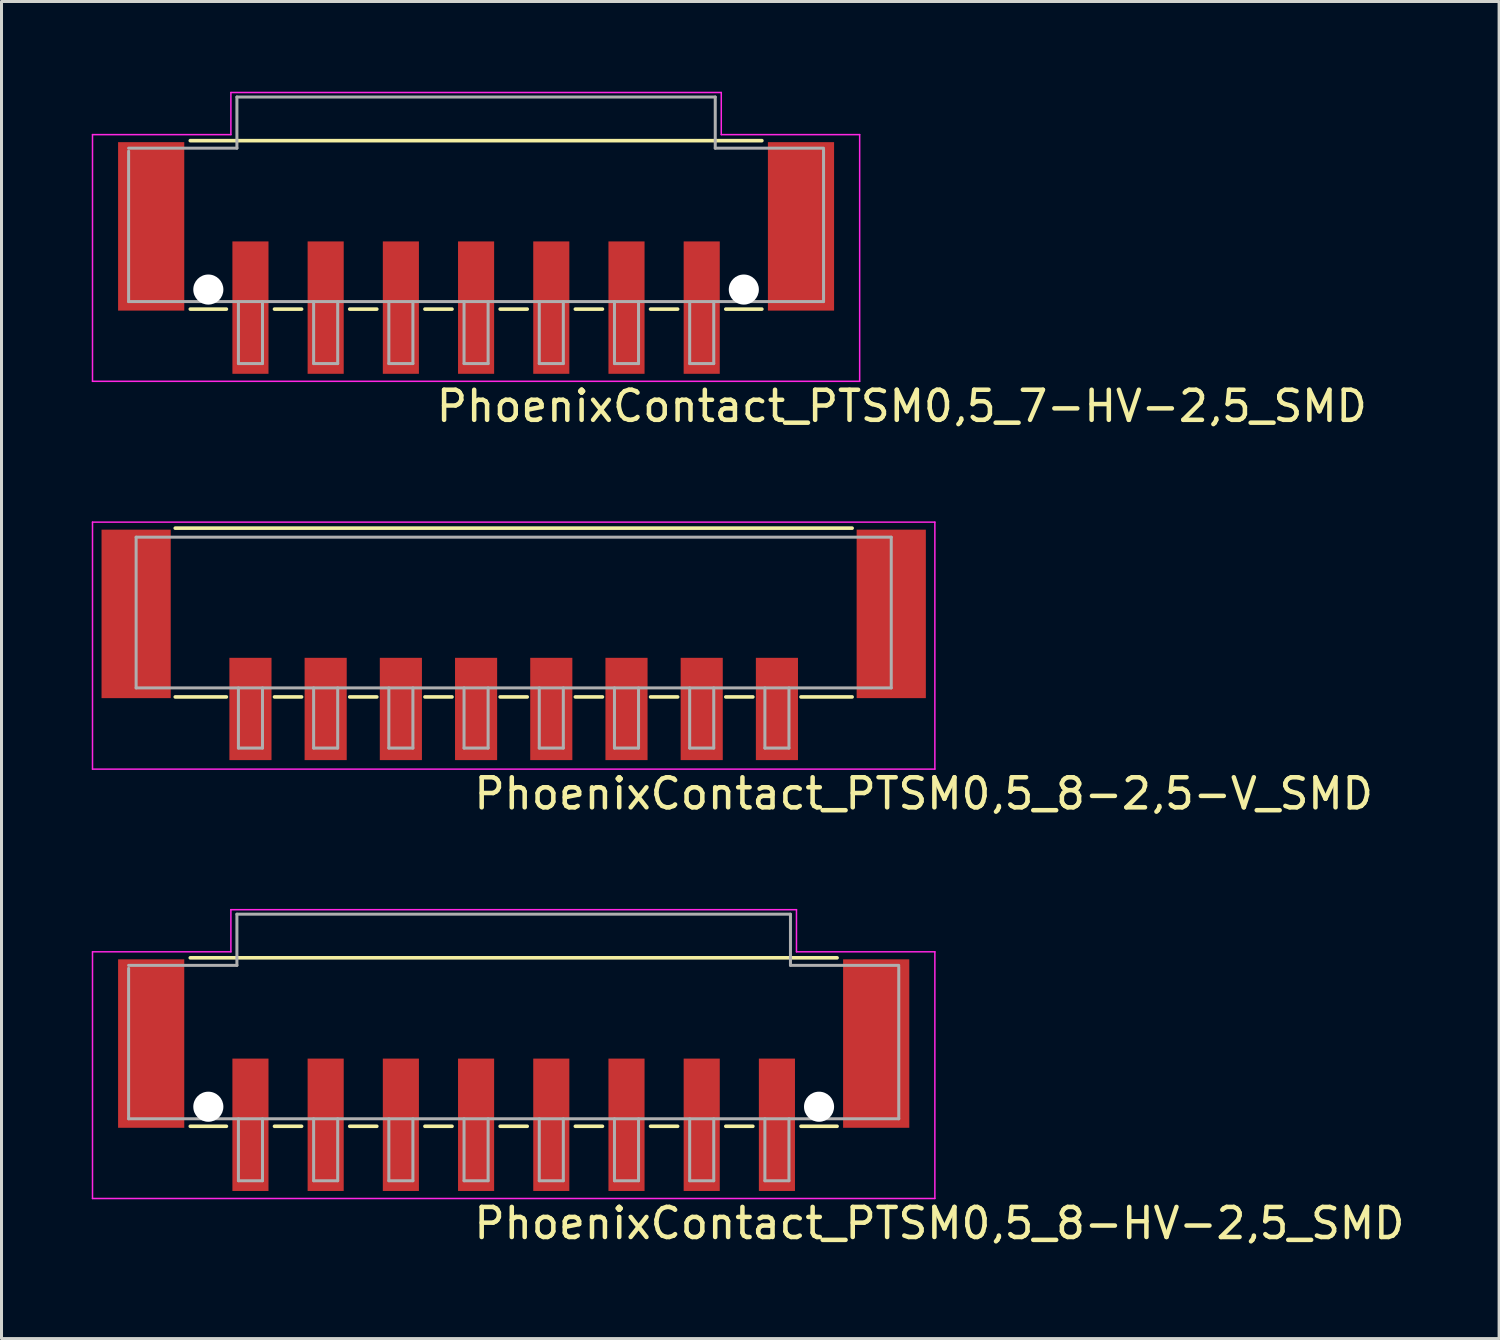
<source format=kicad_pcb>
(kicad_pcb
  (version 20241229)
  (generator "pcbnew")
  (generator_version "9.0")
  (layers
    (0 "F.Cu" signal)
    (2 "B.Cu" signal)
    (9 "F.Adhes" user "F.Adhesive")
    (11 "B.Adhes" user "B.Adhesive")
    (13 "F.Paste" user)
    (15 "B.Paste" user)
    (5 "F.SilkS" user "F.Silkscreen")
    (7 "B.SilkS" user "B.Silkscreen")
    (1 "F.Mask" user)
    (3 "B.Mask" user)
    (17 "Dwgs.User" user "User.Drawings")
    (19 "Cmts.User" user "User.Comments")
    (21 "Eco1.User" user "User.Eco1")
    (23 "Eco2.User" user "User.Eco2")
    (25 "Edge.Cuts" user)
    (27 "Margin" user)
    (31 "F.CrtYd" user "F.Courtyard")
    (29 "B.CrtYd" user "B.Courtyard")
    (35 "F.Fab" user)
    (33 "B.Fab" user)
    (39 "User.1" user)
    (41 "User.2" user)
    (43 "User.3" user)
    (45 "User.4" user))
  (footprint "PhoenixContact_PTSM0,5_8-2,5-V_SMD"
    (layer "F.Cu")
    (at 14.025 18.936)
    (property "Reference" "PhoenixContact_PTSM0,5_8-2,5-V_SMD" (at -1.4 4.98 0) (layer "F.SilkS") (effects (font (size 1 1) (thickness 0.15)) (justify left bottom)))
    (attr smd)
    (fp_line (start -11.25 -4.43) (end 11.25 -4.43) (stroke (width 0.12) (type solid)) (layer "F.SilkS"))
    (fp_line (start -9.55 1.18) (end -11.25 1.18) (stroke (width 0.12) (type solid)) (layer "F.SilkS"))
    (fp_line (start -7.05 1.18) (end -7.95 1.18) (stroke (width 0.12) (type solid)) (layer "F.SilkS"))
    (fp_line (start -4.55 1.18) (end -5.45 1.18) (stroke (width 0.12) (type solid)) (layer "F.SilkS"))
    (fp_line (start -2.05 1.18) (end -2.95 1.18) (stroke (width 0.12) (type solid)) (layer "F.SilkS"))
    (fp_line (start 0.45 1.18) (end -0.45 1.18) (stroke (width 0.12) (type solid)) (layer "F.SilkS"))
    (fp_line (start 2.95 1.18) (end 2.05 1.18) (stroke (width 0.12) (type solid)) (layer "F.SilkS"))
    (fp_line (start 5.45 1.18) (end 4.55 1.18) (stroke (width 0.12) (type solid)) (layer "F.SilkS"))
    (fp_line (start 7.95 1.18) (end 7.05 1.18) (stroke (width 0.12) (type solid)) (layer "F.SilkS"))
    (fp_line (start 11.25 1.18) (end 9.55 1.18) (stroke (width 0.12) (type solid)) (layer "F.SilkS"))
    (fp_line (start -14 -4.63) (end 14 -4.63) (stroke (width 0.05) (type solid)) (layer "F.CrtYd"))
    (fp_line (start -14 3.58) (end -14 -4.63) (stroke (width 0.05) (type solid)) (layer "F.CrtYd"))
    (fp_line (start 14 -4.63) (end 14 3.58) (stroke (width 0.05) (type solid)) (layer "F.CrtYd"))
    (fp_line (start 14 3.58) (end -14 3.58) (stroke (width 0.05) (type solid)) (layer "F.CrtYd"))
    (fp_line (start -12.55 -4.13) (end 12.55 -4.13) (stroke (width 0.1) (type solid)) (layer "F.Fab"))
    (fp_line (start -12.55 0.88) (end -12.55 -4.13) (stroke (width 0.1) (type solid)) (layer "F.Fab"))
    (fp_line (start -9.15 0.88) (end -9.15 2.88) (stroke (width 0.1) (type solid)) (layer "F.Fab"))
    (fp_line (start -9.15 2.88) (end -8.35 2.88) (stroke (width 0.1) (type solid)) (layer "F.Fab"))
    (fp_line (start -8.35 0.88) (end -8.35 2.88) (stroke (width 0.1) (type solid)) (layer "F.Fab"))
    (fp_line (start -6.65 0.88) (end -6.65 2.88) (stroke (width 0.1) (type solid)) (layer "F.Fab"))
    (fp_line (start -6.65 2.88) (end -5.85 2.88) (stroke (width 0.1) (type solid)) (layer "F.Fab"))
    (fp_line (start -5.85 0.88) (end -5.85 2.88) (stroke (width 0.1) (type solid)) (layer "F.Fab"))
    (fp_line (start -4.15 0.88) (end -4.15 2.88) (stroke (width 0.1) (type solid)) (layer "F.Fab"))
    (fp_line (start -4.15 2.88) (end -3.35 2.88) (stroke (width 0.1) (type solid)) (layer "F.Fab"))
    (fp_line (start -3.35 0.88) (end -3.35 2.88) (stroke (width 0.1) (type solid)) (layer "F.Fab"))
    (fp_line (start -1.65 0.88) (end -1.65 2.88) (stroke (width 0.1) (type solid)) (layer "F.Fab"))
    (fp_line (start -1.65 2.88) (end -0.85 2.88) (stroke (width 0.1) (type solid)) (layer "F.Fab"))
    (fp_line (start -0.85 0.88) (end -0.85 2.88) (stroke (width 0.1) (type solid)) (layer "F.Fab"))
    (fp_line (start 0.85 0.88) (end 0.85 2.88) (stroke (width 0.1) (type solid)) (layer "F.Fab"))
    (fp_line (start 0.85 2.88) (end 1.65 2.88) (stroke (width 0.1) (type solid)) (layer "F.Fab"))
    (fp_line (start 1.65 0.88) (end 1.65 2.88) (stroke (width 0.1) (type solid)) (layer "F.Fab"))
    (fp_line (start 3.35 0.88) (end 3.35 2.88) (stroke (width 0.1) (type solid)) (layer "F.Fab"))
    (fp_line (start 3.35 2.88) (end 4.15 2.88) (stroke (width 0.1) (type solid)) (layer "F.Fab"))
    (fp_line (start 4.15 0.88) (end 4.15 2.88) (stroke (width 0.1) (type solid)) (layer "F.Fab"))
    (fp_line (start 5.85 0.88) (end 5.85 2.88) (stroke (width 0.1) (type solid)) (layer "F.Fab"))
    (fp_line (start 5.85 2.88) (end 6.65 2.88) (stroke (width 0.1) (type solid)) (layer "F.Fab"))
    (fp_line (start 6.65 0.88) (end 6.65 2.88) (stroke (width 0.1) (type solid)) (layer "F.Fab"))
    (fp_line (start 8.35 0.88) (end 8.35 2.88) (stroke (width 0.1) (type solid)) (layer "F.Fab"))
    (fp_line (start 8.35 2.88) (end 9.15 2.88) (stroke (width 0.1) (type solid)) (layer "F.Fab"))
    (fp_line (start 9.15 0.88) (end 9.15 2.88) (stroke (width 0.1) (type solid)) (layer "F.Fab"))
    (fp_line (start 12.55 0.88) (end -12.55 0.88) (stroke (width 0.1) (type solid)) (layer "F.Fab"))
    (fp_line (start 12.55 0.88) (end 12.55 -4.13) (stroke (width 0.1) (type solid)) (layer "F.Fab"))
    (pad "" smd rect (at -12.55 -1.58 180) (size 2.3 5.6) (layers "F.Cu" "F.Mask" "F.Paste"))
    (pad "" smd rect (at 12.55 -1.58 180) (size 2.3 5.6) (layers "F.Cu" "F.Mask" "F.Paste"))
    (pad "1" smd rect (at -8.75 1.58 180) (size 1.4 3.4) (layers "F.Cu" "F.Mask" "F.Paste"))
    (pad "2" smd rect (at -6.25 1.58 180) (size 1.4 3.4) (layers "F.Cu" "F.Mask" "F.Paste"))
    (pad "3" smd rect (at -3.75 1.58 180) (size 1.4 3.4) (layers "F.Cu" "F.Mask" "F.Paste"))
    (pad "4" smd rect (at -1.25 1.58 180) (size 1.4 3.4) (layers "F.Cu" "F.Mask" "F.Paste"))
    (pad "5" smd rect (at 1.25 1.58 180) (size 1.4 3.4) (layers "F.Cu" "F.Mask" "F.Paste"))
    (pad "6" smd rect (at 3.75 1.58 180) (size 1.4 3.4) (layers "F.Cu" "F.Mask" "F.Paste"))
    (pad "7" smd rect (at 6.25 1.58 180) (size 1.4 3.4) (layers "F.Cu" "F.Mask" "F.Paste"))
    (pad "8" smd rect (at 8.75 1.58 180) (size 1.4 3.4) (layers "F.Cu" "F.Mask" "F.Paste")))
  (footprint "PhoenixContact_PTSM0,5_7-HV-2,5_SMD"
    (layer "F.Cu")
    (at 12.775 5.825)
    (property "Reference" "PhoenixContact_PTSM0,5_7-HV-2,5_SMD" (at -1.4 5.21 0) (layer "F.SilkS") (effects (font (size 1 1) (thickness 0.15)) (justify left bottom)))
    (attr smd)
    (fp_line (start -9.5 -4.2) (end 9.5 -4.2) (stroke (width 0.12) (type solid)) (layer "F.SilkS"))
    (fp_line (start -8.3 1.4) (end -9.5 1.4) (stroke (width 0.12) (type solid)) (layer "F.SilkS"))
    (fp_line (start -5.8 1.4) (end -6.7 1.4) (stroke (width 0.12) (type solid)) (layer "F.SilkS"))
    (fp_line (start -3.3 1.4) (end -4.2 1.4) (stroke (width 0.12) (type solid)) (layer "F.SilkS"))
    (fp_line (start -0.8 1.4) (end -1.7 1.4) (stroke (width 0.12) (type solid)) (layer "F.SilkS"))
    (fp_line (start 1.7 1.4) (end 0.8 1.4) (stroke (width 0.12) (type solid)) (layer "F.SilkS"))
    (fp_line (start 4.2 1.4) (end 3.3 1.4) (stroke (width 0.12) (type solid)) (layer "F.SilkS"))
    (fp_line (start 6.7 1.4) (end 5.8 1.4) (stroke (width 0.12) (type solid)) (layer "F.SilkS"))
    (fp_line (start 9.5 1.4) (end 8.3 1.4) (stroke (width 0.12) (type solid)) (layer "F.SilkS"))
    (fp_line (start -12.75 -4.4) (end -8.15 -4.4) (stroke (width 0.05) (type solid)) (layer "F.CrtYd"))
    (fp_line (start -12.75 3.8) (end -12.75 -4.4) (stroke (width 0.05) (type solid)) (layer "F.CrtYd"))
    (fp_line (start -8.15 -5.8) (end 8.15 -5.8) (stroke (width 0.05) (type solid)) (layer "F.CrtYd"))
    (fp_line (start -8.15 -4.4) (end -8.15 -5.8) (stroke (width 0.05) (type solid)) (layer "F.CrtYd"))
    (fp_line (start 8.15 -4.4) (end 8.15 -5.8) (stroke (width 0.05) (type solid)) (layer "F.CrtYd"))
    (fp_line (start 12.75 -4.4) (end 8.15 -4.4) (stroke (width 0.05) (type solid)) (layer "F.CrtYd"))
    (fp_line (start 12.75 -4.4) (end 12.75 3.8) (stroke (width 0.05) (type solid)) (layer "F.CrtYd"))
    (fp_line (start 12.75 3.8) (end -12.75 3.8) (stroke (width 0.05) (type solid)) (layer "F.CrtYd"))
    (fp_line (start -11.55 -3.95) (end -7.95 -3.95) (stroke (width 0.1) (type solid)) (layer "F.Fab"))
    (fp_line (start -11.55 1.15) (end -11.55 -3.85) (stroke (width 0.1) (type solid)) (layer "F.Fab"))
    (fp_line (start -7.95 -5.65) (end 7.95 -5.65) (stroke (width 0.1) (type solid)) (layer "F.Fab"))
    (fp_line (start -7.95 -3.95) (end -7.95 -5.65) (stroke (width 0.1) (type solid)) (layer "F.Fab"))
    (fp_line (start -7.9 1.15) (end -7.9 3.21) (stroke (width 0.1) (type solid)) (layer "F.Fab"))
    (fp_line (start -7.9 3.21) (end -7.1 3.21) (stroke (width 0.1) (type solid)) (layer "F.Fab"))
    (fp_line (start -7.1 1.15) (end -7.1 3.21) (stroke (width 0.1) (type solid)) (layer "F.Fab"))
    (fp_line (start -5.4 1.15) (end -5.4 3.21) (stroke (width 0.1) (type solid)) (layer "F.Fab"))
    (fp_line (start -5.4 3.21) (end -4.6 3.21) (stroke (width 0.1) (type solid)) (layer "F.Fab"))
    (fp_line (start -4.6 1.15) (end -4.6 3.21) (stroke (width 0.1) (type solid)) (layer "F.Fab"))
    (fp_line (start -2.9 1.15) (end -2.9 3.21) (stroke (width 0.1) (type solid)) (layer "F.Fab"))
    (fp_line (start -2.9 3.21) (end -2.1 3.21) (stroke (width 0.1) (type solid)) (layer "F.Fab"))
    (fp_line (start -2.1 1.15) (end -2.1 3.21) (stroke (width 0.1) (type solid)) (layer "F.Fab"))
    (fp_line (start -0.4 1.15) (end -0.4 3.21) (stroke (width 0.1) (type solid)) (layer "F.Fab"))
    (fp_line (start -0.4 3.21) (end 0.4 3.21) (stroke (width 0.1) (type solid)) (layer "F.Fab"))
    (fp_line (start 0.4 1.15) (end 0.4 3.21) (stroke (width 0.1) (type solid)) (layer "F.Fab"))
    (fp_line (start 2.1 1.15) (end 2.1 3.21) (stroke (width 0.1) (type solid)) (layer "F.Fab"))
    (fp_line (start 2.1 3.21) (end 2.9 3.21) (stroke (width 0.1) (type solid)) (layer "F.Fab"))
    (fp_line (start 2.9 1.15) (end 2.9 3.21) (stroke (width 0.1) (type solid)) (layer "F.Fab"))
    (fp_line (start 4.6 1.15) (end 4.6 3.21) (stroke (width 0.1) (type solid)) (layer "F.Fab"))
    (fp_line (start 4.6 3.21) (end 5.4 3.21) (stroke (width 0.1) (type solid)) (layer "F.Fab"))
    (fp_line (start 5.4 1.15) (end 5.4 3.21) (stroke (width 0.1) (type solid)) (layer "F.Fab"))
    (fp_line (start 7.1 1.15) (end 7.1 3.21) (stroke (width 0.1) (type solid)) (layer "F.Fab"))
    (fp_line (start 7.1 3.21) (end 7.9 3.21) (stroke (width 0.1) (type solid)) (layer "F.Fab"))
    (fp_line (start 7.9 1.15) (end 7.9 3.21) (stroke (width 0.1) (type solid)) (layer "F.Fab"))
    (fp_line (start 7.95 -5.65) (end 7.95 -3.95) (stroke (width 0.1) (type solid)) (layer "F.Fab"))
    (fp_line (start 7.95 -3.95) (end 11.55 -3.95) (stroke (width 0.1) (type solid)) (layer "F.Fab"))
    (fp_line (start 11.55 1.15) (end -11.55 1.15) (stroke (width 0.1) (type solid)) (layer "F.Fab"))
    (fp_line (start 11.55 1.15) (end 11.55 -3.9) (stroke (width 0.1) (type solid)) (layer "F.Fab"))
    (pad "" smd rect (at -10.8 -1.35 180) (size 2.2 5.6) (layers "F.Cu" "F.Mask" "F.Paste"))
    (pad "" np_thru_hole circle (at -8.9 0.75) (size 1 1) (drill 1) (layers "*.Cu" "*.Mask"))
    (pad "" np_thru_hole circle (at 8.9 0.75) (size 1 1) (drill 1) (layers "*.Cu" "*.Mask"))
    (pad "" smd rect (at 10.8 -1.35 180) (size 2.2 5.6) (layers "F.Cu" "F.Mask" "F.Paste"))
    (pad "1" smd rect (at -7.5 1.35 180) (size 1.2 4.4) (layers "F.Cu" "F.Mask" "F.Paste"))
    (pad "2" smd rect (at -5 1.35 180) (size 1.2 4.4) (layers "F.Cu" "F.Mask" "F.Paste"))
    (pad "3" smd rect (at -2.5 1.35 180) (size 1.2 4.4) (layers "F.Cu" "F.Mask" "F.Paste"))
    (pad "4" smd rect (at 0 1.35 180) (size 1.2 4.4) (layers "F.Cu" "F.Mask" "F.Paste"))
    (pad "5" smd rect (at 2.5 1.35 180) (size 1.2 4.4) (layers "F.Cu" "F.Mask" "F.Paste"))
    (pad "6" smd rect (at 5 1.35 180) (size 1.2 4.4) (layers "F.Cu" "F.Mask" "F.Paste"))
    (pad "7" smd rect (at 7.5 1.35 180) (size 1.2 4.4) (layers "F.Cu" "F.Mask" "F.Paste")))
  (footprint "PhoenixContact_PTSM0,5_8-HV-2,5_SMD"
    (layer "F.Cu")
    (at 14.025 32.988)
    (property "Reference" "PhoenixContact_PTSM0,5_8-HV-2,5_SMD" (at -1.4 5.21 0) (layer "F.SilkS") (effects (font (size 1 1) (thickness 0.15)) (justify left bottom)))
    (attr smd)
    (fp_line (start -10.75 -4.2) (end 10.75 -4.2) (stroke (width 0.12) (type solid)) (layer "F.SilkS"))
    (fp_line (start -9.55 1.4) (end -10.75 1.4) (stroke (width 0.12) (type solid)) (layer "F.SilkS"))
    (fp_line (start -7.05 1.4) (end -7.95 1.4) (stroke (width 0.12) (type solid)) (layer "F.SilkS"))
    (fp_line (start -4.55 1.4) (end -5.45 1.4) (stroke (width 0.12) (type solid)) (layer "F.SilkS"))
    (fp_line (start -2.05 1.4) (end -2.95 1.4) (stroke (width 0.12) (type solid)) (layer "F.SilkS"))
    (fp_line (start 0.45 1.4) (end -0.45 1.4) (stroke (width 0.12) (type solid)) (layer "F.SilkS"))
    (fp_line (start 2.95 1.4) (end 2.05 1.4) (stroke (width 0.12) (type solid)) (layer "F.SilkS"))
    (fp_line (start 5.45 1.4) (end 4.55 1.4) (stroke (width 0.12) (type solid)) (layer "F.SilkS"))
    (fp_line (start 7.95 1.4) (end 7.05 1.4) (stroke (width 0.12) (type solid)) (layer "F.SilkS"))
    (fp_line (start 10.75 1.4) (end 9.55 1.4) (stroke (width 0.12) (type solid)) (layer "F.SilkS"))
    (fp_line (start -14 -4.4) (end -9.4 -4.4) (stroke (width 0.05) (type solid)) (layer "F.CrtYd"))
    (fp_line (start -14 3.8) (end -14 -4.4) (stroke (width 0.05) (type solid)) (layer "F.CrtYd"))
    (fp_line (start -9.4 -5.8) (end 9.4 -5.8) (stroke (width 0.05) (type solid)) (layer "F.CrtYd"))
    (fp_line (start -9.4 -4.4) (end -9.4 -5.8) (stroke (width 0.05) (type solid)) (layer "F.CrtYd"))
    (fp_line (start 9.4 -4.4) (end 9.4 -5.8) (stroke (width 0.05) (type solid)) (layer "F.CrtYd"))
    (fp_line (start 14 -4.4) (end 9.4 -4.4) (stroke (width 0.05) (type solid)) (layer "F.CrtYd"))
    (fp_line (start 14 -4.4) (end 14 3.8) (stroke (width 0.05) (type solid)) (layer "F.CrtYd"))
    (fp_line (start 14 3.8) (end -14 3.8) (stroke (width 0.05) (type solid)) (layer "F.CrtYd"))
    (fp_line (start -12.8 -3.95) (end -9.2 -3.95) (stroke (width 0.1) (type solid)) (layer "F.Fab"))
    (fp_line (start -12.8 1.15) (end -12.8 -3.85) (stroke (width 0.1) (type solid)) (layer "F.Fab"))
    (fp_line (start -9.2 -5.65) (end 9.2 -5.65) (stroke (width 0.1) (type solid)) (layer "F.Fab"))
    (fp_line (start -9.2 -3.95) (end -9.2 -5.65) (stroke (width 0.1) (type solid)) (layer "F.Fab"))
    (fp_line (start -9.15 1.15) (end -9.15 3.21) (stroke (width 0.1) (type solid)) (layer "F.Fab"))
    (fp_line (start -9.15 3.21) (end -8.35 3.21) (stroke (width 0.1) (type solid)) (layer "F.Fab"))
    (fp_line (start -8.35 1.15) (end -8.35 3.21) (stroke (width 0.1) (type solid)) (layer "F.Fab"))
    (fp_line (start -6.65 1.15) (end -6.65 3.21) (stroke (width 0.1) (type solid)) (layer "F.Fab"))
    (fp_line (start -6.65 3.21) (end -5.85 3.21) (stroke (width 0.1) (type solid)) (layer "F.Fab"))
    (fp_line (start -5.85 1.15) (end -5.85 3.21) (stroke (width 0.1) (type solid)) (layer "F.Fab"))
    (fp_line (start -4.15 1.15) (end -4.15 3.21) (stroke (width 0.1) (type solid)) (layer "F.Fab"))
    (fp_line (start -4.15 3.21) (end -3.35 3.21) (stroke (width 0.1) (type solid)) (layer "F.Fab"))
    (fp_line (start -3.35 1.15) (end -3.35 3.21) (stroke (width 0.1) (type solid)) (layer "F.Fab"))
    (fp_line (start -1.65 1.15) (end -1.65 3.21) (stroke (width 0.1) (type solid)) (layer "F.Fab"))
    (fp_line (start -1.65 3.21) (end -0.85 3.21) (stroke (width 0.1) (type solid)) (layer "F.Fab"))
    (fp_line (start -0.85 1.15) (end -0.85 3.21) (stroke (width 0.1) (type solid)) (layer "F.Fab"))
    (fp_line (start 0.85 1.15) (end 0.85 3.21) (stroke (width 0.1) (type solid)) (layer "F.Fab"))
    (fp_line (start 0.85 3.21) (end 1.65 3.21) (stroke (width 0.1) (type solid)) (layer "F.Fab"))
    (fp_line (start 1.65 1.15) (end 1.65 3.21) (stroke (width 0.1) (type solid)) (layer "F.Fab"))
    (fp_line (start 3.35 1.15) (end 3.35 3.21) (stroke (width 0.1) (type solid)) (layer "F.Fab"))
    (fp_line (start 3.35 3.21) (end 4.15 3.21) (stroke (width 0.1) (type solid)) (layer "F.Fab"))
    (fp_line (start 4.15 1.15) (end 4.15 3.21) (stroke (width 0.1) (type solid)) (layer "F.Fab"))
    (fp_line (start 5.85 1.15) (end 5.85 3.21) (stroke (width 0.1) (type solid)) (layer "F.Fab"))
    (fp_line (start 5.85 3.21) (end 6.65 3.21) (stroke (width 0.1) (type solid)) (layer "F.Fab"))
    (fp_line (start 6.65 1.15) (end 6.65 3.21) (stroke (width 0.1) (type solid)) (layer "F.Fab"))
    (fp_line (start 8.35 1.15) (end 8.35 3.21) (stroke (width 0.1) (type solid)) (layer "F.Fab"))
    (fp_line (start 8.35 3.21) (end 9.15 3.21) (stroke (width 0.1) (type solid)) (layer "F.Fab"))
    (fp_line (start 9.15 1.15) (end 9.15 3.21) (stroke (width 0.1) (type solid)) (layer "F.Fab"))
    (fp_line (start 9.2 -5.65) (end 9.2 -3.95) (stroke (width 0.1) (type solid)) (layer "F.Fab"))
    (fp_line (start 9.2 -3.95) (end 12.8 -3.95) (stroke (width 0.1) (type solid)) (layer "F.Fab"))
    (fp_line (start 12.8 1.15) (end -12.8 1.15) (stroke (width 0.1) (type solid)) (layer "F.Fab"))
    (fp_line (start 12.8 1.15) (end 12.8 -3.9) (stroke (width 0.1) (type solid)) (layer "F.Fab"))
    (pad "" smd rect (at -12.05 -1.35 180) (size 2.2 5.6) (layers "F.Cu" "F.Mask" "F.Paste"))
    (pad "" np_thru_hole circle (at -10.15 0.75) (size 1 1) (drill 1) (layers "*.Cu" "*.Mask"))
    (pad "" np_thru_hole circle (at 10.15 0.75) (size 1 1) (drill 1) (layers "*.Cu" "*.Mask"))
    (pad "" smd rect (at 12.05 -1.35 180) (size 2.2 5.6) (layers "F.Cu" "F.Mask" "F.Paste"))
    (pad "1" smd rect (at -8.75 1.35 180) (size 1.2 4.4) (layers "F.Cu" "F.Mask" "F.Paste"))
    (pad "2" smd rect (at -6.25 1.35 180) (size 1.2 4.4) (layers "F.Cu" "F.Mask" "F.Paste"))
    (pad "3" smd rect (at -3.75 1.35 180) (size 1.2 4.4) (layers "F.Cu" "F.Mask" "F.Paste"))
    (pad "4" smd rect (at -1.25 1.35 180) (size 1.2 4.4) (layers "F.Cu" "F.Mask" "F.Paste"))
    (pad "5" smd rect (at 1.25 1.35 180) (size 1.2 4.4) (layers "F.Cu" "F.Mask" "F.Paste"))
    (pad "6" smd rect (at 3.75 1.35 180) (size 1.2 4.4) (layers "F.Cu" "F.Mask" "F.Paste"))
    (pad "7" smd rect (at 6.25 1.35 180) (size 1.2 4.4) (layers "F.Cu" "F.Mask" "F.Paste"))
    (pad "8" smd rect (at 8.75 1.35 180) (size 1.2 4.4) (layers "F.Cu" "F.Mask" "F.Paste")))
  (gr_rect
    (start -3 -3)
    (end 46.78 41.444)
    (stroke (width 0.1) (type default))
    (fill no)
    (layer "Edge.Cuts")))
</source>
